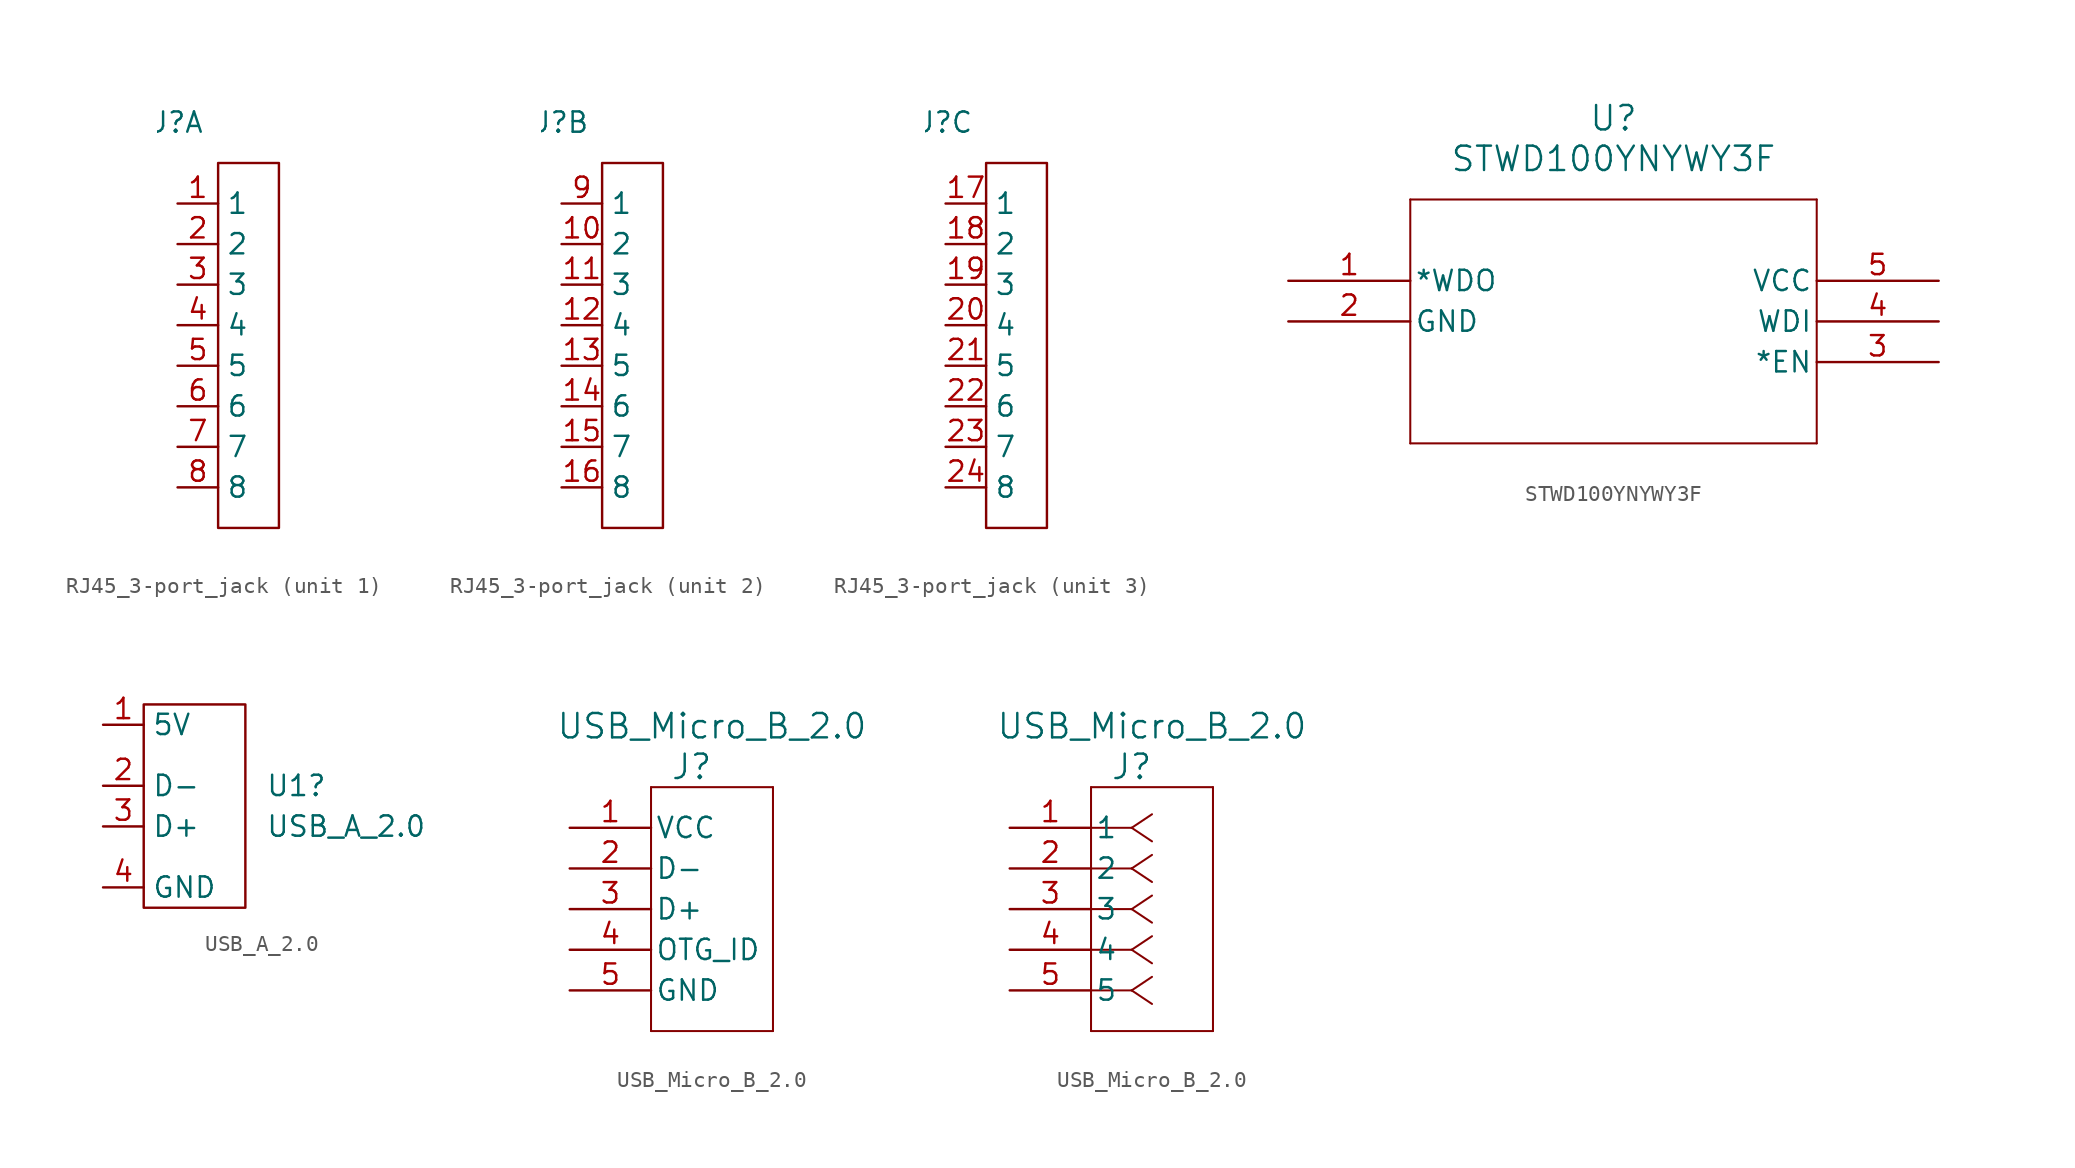
<source format=kicad_sym>
(kicad_symbol_lib
  (version 20231120)
  (generator "kicad_symbol_editor")
  (generator_version "8.0")
  (symbol "RJ45_3-port_jack"
    (property "Reference" "J"
      (at 0 0 0)
      (effects (font (size 1.27 1.27))))
    (property "Value" ""
      (at 0 0 0)
      (effects (font (size 1.27 1.27))))
    (symbol "RJ45_3-port_jack_0_1"
      (rectangle (start 2.54 -2.54) (end 6.35 -25.4) (stroke (width 0) (type default)) (fill (type none))))
    (symbol "RJ45_3-port_jack_1_1"
      (pin input line (at 0 -5.08 0) (length 2.54) (name "1" (effects (font (size 1.27 1.27)))) (number "1" (effects (font (size 1.27 1.27)))))
      (pin input line (at 0 -7.62 0) (length 2.54) (name "2" (effects (font (size 1.27 1.27)))) (number "2" (effects (font (size 1.27 1.27)))))
      (pin input line (at 0 -10.16 0) (length 2.54) (name "3" (effects (font (size 1.27 1.27)))) (number "3" (effects (font (size 1.27 1.27)))))
      (pin input line (at 0 -12.7 0) (length 2.54) (name "4" (effects (font (size 1.27 1.27)))) (number "4" (effects (font (size 1.27 1.27)))))
      (pin input line (at 0 -15.24 0) (length 2.54) (name "5" (effects (font (size 1.27 1.27)))) (number "5" (effects (font (size 1.27 1.27)))))
      (pin input line (at 0 -17.78 0) (length 2.54) (name "6" (effects (font (size 1.27 1.27)))) (number "6" (effects (font (size 1.27 1.27)))))
      (pin input line (at 0 -20.32 0) (length 2.54) (name "7" (effects (font (size 1.27 1.27)))) (number "7" (effects (font (size 1.27 1.27)))))
      (pin input line (at 0 -22.86 0) (length 2.54) (name "8" (effects (font (size 1.27 1.27)))) (number "8" (effects (font (size 1.27 1.27))))))
    (symbol "RJ45_3-port_jack_2_1"
      (pin input line (at 0 -7.62 0) (length 2.54) (name "2" (effects (font (size 1.27 1.27)))) (number "10" (effects (font (size 1.27 1.27)))))
      (pin input line (at 0 -10.16 0) (length 2.54) (name "3" (effects (font (size 1.27 1.27)))) (number "11" (effects (font (size 1.27 1.27)))))
      (pin input line (at 0 -12.7 0) (length 2.54) (name "4" (effects (font (size 1.27 1.27)))) (number "12" (effects (font (size 1.27 1.27)))))
      (pin input line (at 0 -15.24 0) (length 2.54) (name "5" (effects (font (size 1.27 1.27)))) (number "13" (effects (font (size 1.27 1.27)))))
      (pin input line (at 0 -17.78 0) (length 2.54) (name "6" (effects (font (size 1.27 1.27)))) (number "14" (effects (font (size 1.27 1.27)))))
      (pin input line (at 0 -20.32 0) (length 2.54) (name "7" (effects (font (size 1.27 1.27)))) (number "15" (effects (font (size 1.27 1.27)))))
      (pin input line (at 0 -22.86 0) (length 2.54) (name "8" (effects (font (size 1.27 1.27)))) (number "16" (effects (font (size 1.27 1.27)))))
      (pin input line (at 0 -5.08 0) (length 2.54) (name "1" (effects (font (size 1.27 1.27)))) (number "9" (effects (font (size 1.27 1.27))))))
    (symbol "RJ45_3-port_jack_3_1"
      (pin input line (at 0 -5.08 0) (length 2.54) (name "1" (effects (font (size 1.27 1.27)))) (number "17" (effects (font (size 1.27 1.27)))))
      (pin input line (at 0 -7.62 0) (length 2.54) (name "2" (effects (font (size 1.27 1.27)))) (number "18" (effects (font (size 1.27 1.27)))))
      (pin input line (at 0 -10.16 0) (length 2.54) (name "3" (effects (font (size 1.27 1.27)))) (number "19" (effects (font (size 1.27 1.27)))))
      (pin input line (at 0 -12.7 0) (length 2.54) (name "4" (effects (font (size 1.27 1.27)))) (number "20" (effects (font (size 1.27 1.27)))))
      (pin input line (at 0 -15.24 0) (length 2.54) (name "5" (effects (font (size 1.27 1.27)))) (number "21" (effects (font (size 1.27 1.27)))))
      (pin input line (at 0 -17.78 0) (length 2.54) (name "6" (effects (font (size 1.27 1.27)))) (number "22" (effects (font (size 1.27 1.27)))))
      (pin input line (at 0 -20.32 0) (length 2.54) (name "7" (effects (font (size 1.27 1.27)))) (number "23" (effects (font (size 1.27 1.27)))))
      (pin input line (at 0 -22.86 0) (length 2.54) (name "8" (effects (font (size 1.27 1.27)))) (number "24" (effects (font (size 1.27 1.27)))))))
  (symbol "STWD100YNYWY3F"
    (pin_names
      (offset 0.254))
    (property "Reference" "U"
      (at 20.32 10.16 0)
      (effects (font (size 1.524 1.524))))
    (property "Value" "STWD100YNYWY3F"
      (at 20.32 7.62 0)
      (effects (font (size 1.524 1.524))))
    (property "ki_locked" ""
      (at 0 0 0)
      (effects (font (size 1.27 1.27))))
    (symbol "STWD100YNYWY3F_1_1"
      (polyline (pts (xy 7.62 -10.16) (xy 33.02 -10.16)) (stroke (width 0.127) (type default)) (fill (type none)))
      (polyline (pts (xy 7.62 5.08) (xy 7.62 -10.16)) (stroke (width 0.127) (type default)) (fill (type none)))
      (polyline (pts (xy 33.02 -10.16) (xy 33.02 5.08)) (stroke (width 0.127) (type default)) (fill (type none)))
      (polyline (pts (xy 33.02 5.08) (xy 7.62 5.08)) (stroke (width 0.127) (type default)) (fill (type none)))
      (pin unspecified line (at 0 0 0) (length 7.62) (name "*WDO" (effects (font (size 1.27 1.27)))) (number "1" (effects (font (size 1.27 1.27)))))
      (pin power_out line (at 0 -2.54 0) (length 7.62) (name "GND" (effects (font (size 1.27 1.27)))) (number "2" (effects (font (size 1.27 1.27)))))
      (pin unspecified line (at 40.64 -5.08 180) (length 7.62) (name "*EN" (effects (font (size 1.27 1.27)))) (number "3" (effects (font (size 1.27 1.27)))))
      (pin unspecified line (at 40.64 -2.54 180) (length 7.62) (name "WDI" (effects (font (size 1.27 1.27)))) (number "4" (effects (font (size 1.27 1.27)))))
      (pin power_in line (at 40.64 0 180) (length 7.62) (name "VCC" (effects (font (size 1.27 1.27)))) (number "5" (effects (font (size 1.27 1.27)))))))
  (symbol "USB_A_2.0"
    (property "Reference" "U1"
      (at 7.62 -5.08 0)
      (effects (font (size 1.27 1.27)) (justify left)))
    (property "Value" "USB_A_2.0"
      (at 7.62 -7.62 0)
      (effects (font (size 1.27 1.27)) (justify left)))
    (symbol "USB_A_2.0_0_1"
      (rectangle (start 0 0) (end 6.35 -12.7) (stroke (width 0) (type default)) (fill (type none))))
    (symbol "USB_A_2.0_1_1"
      (pin power_in line (at -2.54 -1.27 0) (length 2.54) (name "5V" (effects (font (size 1.27 1.27)))) (number "1" (effects (font (size 1.27 1.27)))))
      (pin bidirectional line (at -2.54 -5.08 0) (length 2.54) (name "D-" (effects (font (size 1.27 1.27)))) (number "2" (effects (font (size 1.27 1.27)))))
      (pin bidirectional line (at -2.54 -7.62 0) (length 2.54) (name "D+" (effects (font (size 1.27 1.27)))) (number "3" (effects (font (size 1.27 1.27)))))
      (pin power_in line (at -2.54 -11.43 0) (length 2.54) (name "GND" (effects (font (size 1.27 1.27)))) (number "4" (effects (font (size 1.27 1.27)))))))
  (symbol "USB_Micro_B_2.0"
    (pin_names
      (offset 0.254))
    (property "Reference" "J"
      (at 7.62 3.81 0)
      (effects (font (size 1.524 1.524))))
    (property "Value" "USB_Micro_B_2.0"
      (at 8.89 6.35 0)
      (effects (font (size 1.524 1.524))))
    (property "ki_locked" ""
      (at 0 0 0)
      (effects (font (size 1.27 1.27))))
    (symbol "USB_Micro_B_2.0_1_1"
      (polyline (pts (xy 5.08 -12.7) (xy 12.7 -12.7)) (stroke (width 0.127) (type default)) (fill (type none)))
      (polyline (pts (xy 5.08 2.54) (xy 5.08 -12.7)) (stroke (width 0.127) (type default)) (fill (type none)))
      (polyline (pts (xy 12.7 -12.7) (xy 12.7 2.54)) (stroke (width 0.127) (type default)) (fill (type none)))
      (polyline (pts (xy 12.7 2.54) (xy 5.08 2.54)) (stroke (width 0.127) (type default)) (fill (type none)))
      (pin power_in line (at 0 0 0) (length 5.08) (name "VCC" (effects (font (size 1.27 1.27)))) (number "1" (effects (font (size 1.27 1.27)))))
      (pin bidirectional line (at 0 -2.54 0) (length 5.08) (name "D-" (effects (font (size 1.27 1.27)))) (number "2" (effects (font (size 1.27 1.27)))))
      (pin bidirectional line (at 0 -5.08 0) (length 5.08) (name "D+" (effects (font (size 1.27 1.27)))) (number "3" (effects (font (size 1.27 1.27)))))
      (pin input line (at 0 -7.62 0) (length 5.08) (name "OTG_ID" (effects (font (size 1.27 1.27)))) (number "4" (effects (font (size 1.27 1.27)))))
      (pin power_in line (at 0 -10.16 0) (length 5.08) (name "GND" (effects (font (size 1.27 1.27)))) (number "5" (effects (font (size 1.27 1.27))))))
    (symbol "USB_Micro_B_2.0_1_2"
      (polyline (pts (xy 5.08 -12.7) (xy 12.7 -12.7)) (stroke (width 0.127) (type default)) (fill (type none)))
      (polyline (pts (xy 5.08 2.54) (xy 5.08 -12.7)) (stroke (width 0.127) (type default)) (fill (type none)))
      (polyline (pts (xy 7.62 -10.16) (xy 5.08 -10.16)) (stroke (width 0.127) (type default)) (fill (type none)))
      (polyline (pts (xy 7.62 -10.16) (xy 8.89 -11.007)) (stroke (width 0.127) (type default)) (fill (type none)))
      (polyline (pts (xy 7.62 -10.16) (xy 8.89 -9.313)) (stroke (width 0.127) (type default)) (fill (type none)))
      (polyline (pts (xy 7.62 -7.62) (xy 5.08 -7.62)) (stroke (width 0.127) (type default)) (fill (type none)))
      (polyline (pts (xy 7.62 -7.62) (xy 8.89 -8.467)) (stroke (width 0.127) (type default)) (fill (type none)))
      (polyline (pts (xy 7.62 -7.62) (xy 8.89 -6.773)) (stroke (width 0.127) (type default)) (fill (type none)))
      (polyline (pts (xy 7.62 -5.08) (xy 5.08 -5.08)) (stroke (width 0.127) (type default)) (fill (type none)))
      (polyline (pts (xy 7.62 -5.08) (xy 8.89 -5.927)) (stroke (width 0.127) (type default)) (fill (type none)))
      (polyline (pts (xy 7.62 -5.08) (xy 8.89 -4.233)) (stroke (width 0.127) (type default)) (fill (type none)))
      (polyline (pts (xy 7.62 -2.54) (xy 5.08 -2.54)) (stroke (width 0.127) (type default)) (fill (type none)))
      (polyline (pts (xy 7.62 -2.54) (xy 8.89 -3.387)) (stroke (width 0.127) (type default)) (fill (type none)))
      (polyline (pts (xy 7.62 -2.54) (xy 8.89 -1.693)) (stroke (width 0.127) (type default)) (fill (type none)))
      (polyline (pts (xy 7.62 0) (xy 5.08 0)) (stroke (width 0.127) (type default)) (fill (type none)))
      (polyline (pts (xy 7.62 0) (xy 8.89 -0.847)) (stroke (width 0.127) (type default)) (fill (type none)))
      (polyline (pts (xy 7.62 0) (xy 8.89 0.847)) (stroke (width 0.127) (type default)) (fill (type none)))
      (polyline (pts (xy 12.7 -12.7) (xy 12.7 2.54)) (stroke (width 0.127) (type default)) (fill (type none)))
      (polyline (pts (xy 12.7 2.54) (xy 5.08 2.54)) (stroke (width 0.127) (type default)) (fill (type none)))
      (pin unspecified line (at 0 0 0) (length 5.08) (name "1" (effects (font (size 1.27 1.27)))) (number "1" (effects (font (size 1.27 1.27)))))
      (pin unspecified line (at 0 -2.54 0) (length 5.08) (name "2" (effects (font (size 1.27 1.27)))) (number "2" (effects (font (size 1.27 1.27)))))
      (pin unspecified line (at 0 -5.08 0) (length 5.08) (name "3" (effects (font (size 1.27 1.27)))) (number "3" (effects (font (size 1.27 1.27)))))
      (pin unspecified line (at 0 -7.62 0) (length 5.08) (name "4" (effects (font (size 1.27 1.27)))) (number "4" (effects (font (size 1.27 1.27)))))
      (pin unspecified line (at 0 -10.16 0) (length 5.08) (name "5" (effects (font (size 1.27 1.27)))) (number "5" (effects (font (size 1.27 1.27))))))))
</source>
